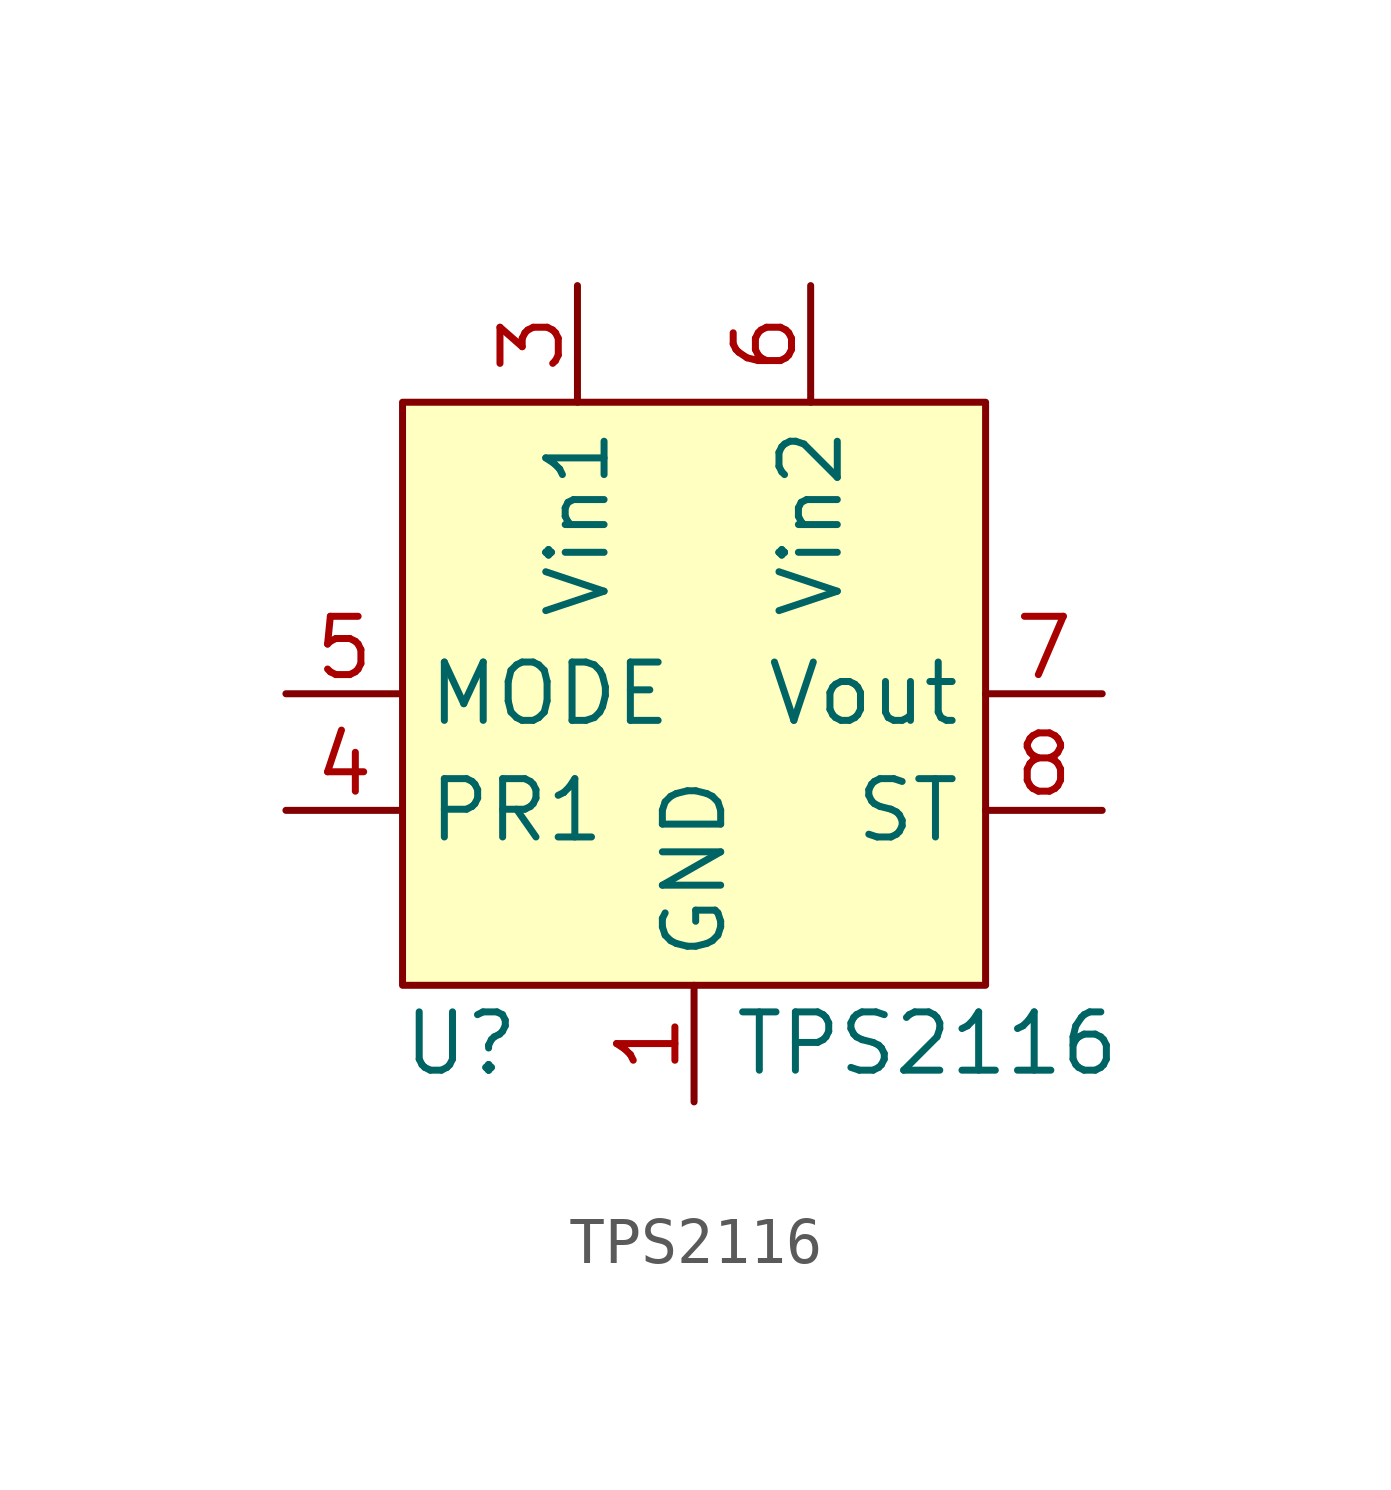
<source format=kicad_sym>
(kicad_symbol_lib
  (version 20220914)
  (generator kicad_symbol_editor)
  (symbol "TPS2116"
    (property "Reference" "U"
      (at 1.27 -13.97 0)
      (effects (font (size 1.27 1.27))))
    (property "Value" "TPS2116"
      (at 11.43 -13.97 0)
      (effects (font (size 1.27 1.27))))
    (symbol "TPS2116_1_1"
      (rectangle (start 0 0) (end 12.7 -12.7) (stroke (width 0) (type default)) (fill (type background)))
      (pin power_in line (at 6.35 -15.24 90) (length 2.54) (name "GND" (effects (font (size 1.27 1.27)))) (number "1" (effects (font (size 1.27 1.27)))))
      (pin power_in line (at 3.81 2.54 270) (length 2.54) (name "Vin1" (effects (font (size 1.27 1.27)))) (number "3" (effects (font (size 1.27 1.27)))))
      (pin input line (at -2.54 -8.89 0) (length 2.54) (name "PR1" (effects (font (size 1.27 1.27)))) (number "4" (effects (font (size 1.27 1.27)))))
      (pin input line (at -2.54 -6.35 0) (length 2.54) (name "MODE" (effects (font (size 1.27 1.27)))) (number "5" (effects (font (size 1.27 1.27)))))
      (pin power_in line (at 8.89 2.54 270) (length 2.54) (name "Vin2" (effects (font (size 1.27 1.27)))) (number "6" (effects (font (size 1.27 1.27)))))
      (pin power_out line (at 15.24 -6.35 180) (length 2.54) (name "Vout" (effects (font (size 1.27 1.27)))) (number "7" (effects (font (size 1.27 1.27)))))
      (pin output line (at 15.24 -8.89 180) (length 2.54) (name "ST" (effects (font (size 1.27 1.27)))) (number "8" (effects (font (size 1.27 1.27))))))))
</source>
